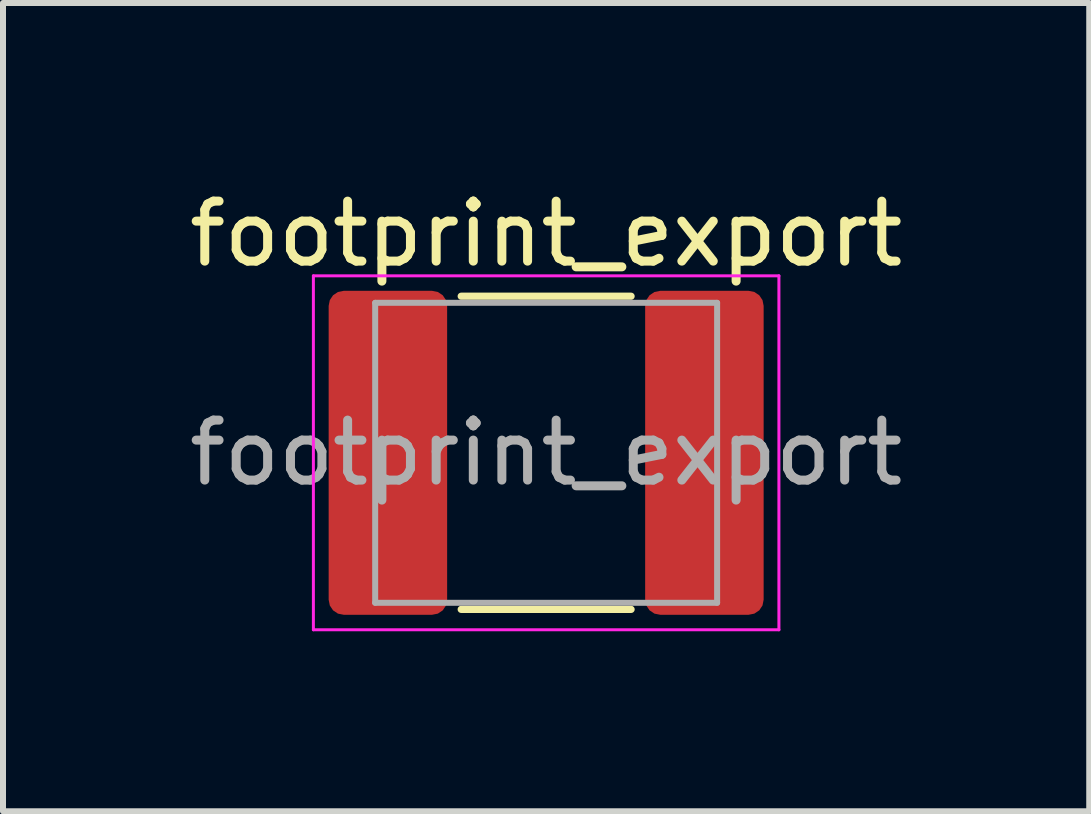
<source format=kicad_pcb>
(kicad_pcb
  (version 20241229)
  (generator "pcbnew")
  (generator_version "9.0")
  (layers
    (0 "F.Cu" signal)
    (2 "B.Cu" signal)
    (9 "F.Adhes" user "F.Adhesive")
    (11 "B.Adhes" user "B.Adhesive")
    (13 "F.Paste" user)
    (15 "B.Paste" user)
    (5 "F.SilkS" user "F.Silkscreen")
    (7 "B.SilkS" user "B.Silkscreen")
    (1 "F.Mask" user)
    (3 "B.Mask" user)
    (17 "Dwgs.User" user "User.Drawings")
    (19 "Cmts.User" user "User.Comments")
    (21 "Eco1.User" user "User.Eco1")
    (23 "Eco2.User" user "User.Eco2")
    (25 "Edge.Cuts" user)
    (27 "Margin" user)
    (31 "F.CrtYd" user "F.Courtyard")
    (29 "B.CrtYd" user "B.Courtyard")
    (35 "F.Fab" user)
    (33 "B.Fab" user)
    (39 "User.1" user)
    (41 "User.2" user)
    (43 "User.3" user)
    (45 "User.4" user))
  (footprint "footprint_export"
    (layer "F.Cu")
    (at 6.054 4.498)
    (property "Reference" "footprint_export" (at 0 -3.65 0) (layer "F.SilkS") (effects (font (size 1 1) (thickness 0.15))))
    (attr smd)
    (fp_line (start -1.416 -2.61) (end 1.416 -2.61) (stroke (width 0.12) (type solid)) (layer "F.SilkS"))
    (fp_line (start -1.416 2.61) (end 1.416 2.61) (stroke (width 0.12) (type solid)) (layer "F.SilkS"))
    (fp_line (start -3.88 -2.95) (end 3.88 -2.95) (stroke (width 0.05) (type solid)) (layer "F.CrtYd"))
    (fp_line (start -3.88 2.95) (end -3.88 -2.95) (stroke (width 0.05) (type solid)) (layer "F.CrtYd"))
    (fp_line (start 3.88 -2.95) (end 3.88 2.95) (stroke (width 0.05) (type solid)) (layer "F.CrtYd"))
    (fp_line (start 3.88 2.95) (end -3.88 2.95) (stroke (width 0.05) (type solid)) (layer "F.CrtYd"))
    (fp_line (start -2.85 -2.5) (end 2.85 -2.5) (stroke (width 0.1) (type solid)) (layer "F.Fab"))
    (fp_line (start -2.85 2.5) (end -2.85 -2.5) (stroke (width 0.1) (type solid)) (layer "F.Fab"))
    (fp_line (start 2.85 -2.5) (end 2.85 2.5) (stroke (width 0.1) (type solid)) (layer "F.Fab"))
    (fp_line (start 2.85 2.5) (end -2.85 2.5) (stroke (width 0.1) (type solid)) (layer "F.Fab"))
    (fp_text user "${REFERENCE}" (at 0 0 0) (layer "F.Fab") (effects (font (size 1 1) (thickness 0.15))))
    (pad "1" smd roundrect (at -2.638 0) (size 1.975 5.4) (layers "F.Cu" "F.Mask" "F.Paste") (roundrect_rratio 0.127))
    (pad "2" smd roundrect (at 2.638 0) (size 1.975 5.4) (layers "F.Cu" "F.Mask" "F.Paste") (roundrect_rratio 0.127)))
  (gr_rect
    (start -3 -3)
    (end 15.107 10.473)
    (stroke (width 0.1) (type default))
    (fill no)
    (layer "Edge.Cuts")))
</source>
